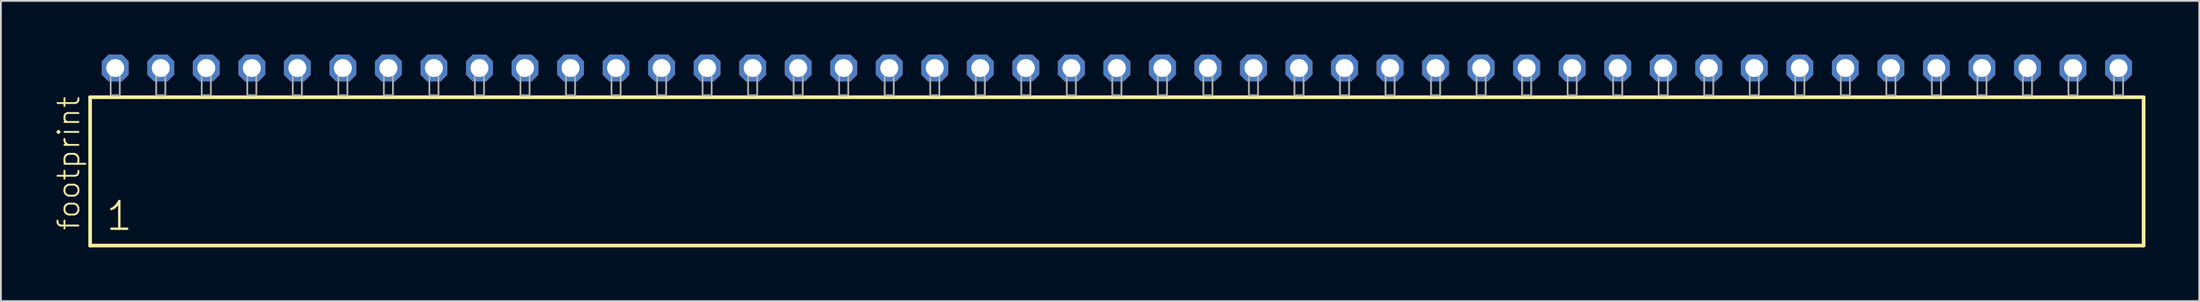
<source format=kicad_pcb>
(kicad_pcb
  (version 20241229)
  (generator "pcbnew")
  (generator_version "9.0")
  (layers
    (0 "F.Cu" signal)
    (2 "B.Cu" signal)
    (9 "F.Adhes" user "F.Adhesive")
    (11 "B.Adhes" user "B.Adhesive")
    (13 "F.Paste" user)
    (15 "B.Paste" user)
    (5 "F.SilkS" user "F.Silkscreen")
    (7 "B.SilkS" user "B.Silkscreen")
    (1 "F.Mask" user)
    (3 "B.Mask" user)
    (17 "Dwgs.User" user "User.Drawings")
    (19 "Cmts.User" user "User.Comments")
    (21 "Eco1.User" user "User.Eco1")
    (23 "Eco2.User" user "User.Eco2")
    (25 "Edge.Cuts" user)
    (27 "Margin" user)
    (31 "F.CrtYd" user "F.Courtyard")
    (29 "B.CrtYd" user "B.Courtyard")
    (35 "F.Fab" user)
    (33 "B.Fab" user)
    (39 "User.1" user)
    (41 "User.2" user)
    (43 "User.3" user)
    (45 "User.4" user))
  (footprint "footprint"
    (layer "F.Cu")
    (at 59.258 2.274)
    (property "Reference" "footprint" (at -57.785 7.62 90) (layer "F.SilkS") (effects (font (size 1.168 1.168) (thickness 0.102)) (justify left bottom)))
    (fp_line (start -57.279 0.106) (end -57.279 8.396) (stroke (width 0.203) (type solid)) (layer "F.SilkS"))
    (fp_line (start -57.279 8.396) (end 57.279 8.396) (stroke (width 0.203) (type solid)) (layer "F.SilkS"))
    (fp_line (start 57.279 0.106) (end -57.279 0.106) (stroke (width 0.203) (type solid)) (layer "F.SilkS"))
    (fp_line (start 57.279 8.396) (end 57.279 0.106) (stroke (width 0.203) (type solid)) (layer "F.SilkS"))
    (fp_poly (pts (xy -56.134 0) (xy -55.626 0) (xy -55.626 -1.778) (xy -56.134 -1.778)) (stroke (width 0.1) (type solid)) (fill no) (layer "F.Fab"))
    (fp_poly (pts (xy -53.594 0) (xy -53.086 0) (xy -53.086 -1.778) (xy -53.594 -1.778)) (stroke (width 0.1) (type solid)) (fill no) (layer "F.Fab"))
    (fp_poly (pts (xy -51.054 0) (xy -50.546 0) (xy -50.546 -1.778) (xy -51.054 -1.778)) (stroke (width 0.1) (type solid)) (fill no) (layer "F.Fab"))
    (fp_poly (pts (xy -48.514 0) (xy -48.006 0) (xy -48.006 -1.778) (xy -48.514 -1.778)) (stroke (width 0.1) (type solid)) (fill no) (layer "F.Fab"))
    (fp_poly (pts (xy -45.974 0) (xy -45.466 0) (xy -45.466 -1.778) (xy -45.974 -1.778)) (stroke (width 0.1) (type solid)) (fill no) (layer "F.Fab"))
    (fp_poly (pts (xy -43.434 0) (xy -42.926 0) (xy -42.926 -1.778) (xy -43.434 -1.778)) (stroke (width 0.1) (type solid)) (fill no) (layer "F.Fab"))
    (fp_poly (pts (xy -40.894 0) (xy -40.386 0) (xy -40.386 -1.778) (xy -40.894 -1.778)) (stroke (width 0.1) (type solid)) (fill no) (layer "F.Fab"))
    (fp_poly (pts (xy -38.354 0) (xy -37.846 0) (xy -37.846 -1.778) (xy -38.354 -1.778)) (stroke (width 0.1) (type solid)) (fill no) (layer "F.Fab"))
    (fp_poly (pts (xy -35.814 0) (xy -35.306 0) (xy -35.306 -1.778) (xy -35.814 -1.778)) (stroke (width 0.1) (type solid)) (fill no) (layer "F.Fab"))
    (fp_poly (pts (xy -33.274 0) (xy -32.766 0) (xy -32.766 -1.778) (xy -33.274 -1.778)) (stroke (width 0.1) (type solid)) (fill no) (layer "F.Fab"))
    (fp_poly (pts (xy -30.734 0) (xy -30.226 0) (xy -30.226 -1.778) (xy -30.734 -1.778)) (stroke (width 0.1) (type solid)) (fill no) (layer "F.Fab"))
    (fp_poly (pts (xy -28.194 0) (xy -27.686 0) (xy -27.686 -1.778) (xy -28.194 -1.778)) (stroke (width 0.1) (type solid)) (fill no) (layer "F.Fab"))
    (fp_poly (pts (xy -25.654 0) (xy -25.146 0) (xy -25.146 -1.778) (xy -25.654 -1.778)) (stroke (width 0.1) (type solid)) (fill no) (layer "F.Fab"))
    (fp_poly (pts (xy -23.114 0) (xy -22.606 0) (xy -22.606 -1.778) (xy -23.114 -1.778)) (stroke (width 0.1) (type solid)) (fill no) (layer "F.Fab"))
    (fp_poly (pts (xy -20.574 0) (xy -20.066 0) (xy -20.066 -1.778) (xy -20.574 -1.778)) (stroke (width 0.1) (type solid)) (fill no) (layer "F.Fab"))
    (fp_poly (pts (xy -18.034 0) (xy -17.526 0) (xy -17.526 -1.778) (xy -18.034 -1.778)) (stroke (width 0.1) (type solid)) (fill no) (layer "F.Fab"))
    (fp_poly (pts (xy -15.494 0) (xy -14.986 0) (xy -14.986 -1.778) (xy -15.494 -1.778)) (stroke (width 0.1) (type solid)) (fill no) (layer "F.Fab"))
    (fp_poly (pts (xy -12.954 0) (xy -12.446 0) (xy -12.446 -1.778) (xy -12.954 -1.778)) (stroke (width 0.1) (type solid)) (fill no) (layer "F.Fab"))
    (fp_poly (pts (xy -10.414 0) (xy -9.906 0) (xy -9.906 -1.778) (xy -10.414 -1.778)) (stroke (width 0.1) (type solid)) (fill no) (layer "F.Fab"))
    (fp_poly (pts (xy -7.874 0) (xy -7.366 0) (xy -7.366 -1.778) (xy -7.874 -1.778)) (stroke (width 0.1) (type solid)) (fill no) (layer "F.Fab"))
    (fp_poly (pts (xy -5.334 0) (xy -4.826 0) (xy -4.826 -1.778) (xy -5.334 -1.778)) (stroke (width 0.1) (type solid)) (fill no) (layer "F.Fab"))
    (fp_poly (pts (xy -2.794 0) (xy -2.286 0) (xy -2.286 -1.778) (xy -2.794 -1.778)) (stroke (width 0.1) (type solid)) (fill no) (layer "F.Fab"))
    (fp_poly (pts (xy -0.254 0) (xy 0.254 0) (xy 0.254 -1.778) (xy -0.254 -1.778)) (stroke (width 0.1) (type solid)) (fill no) (layer "F.Fab"))
    (fp_poly (pts (xy 2.286 0) (xy 2.794 0) (xy 2.794 -1.778) (xy 2.286 -1.778)) (stroke (width 0.1) (type solid)) (fill no) (layer "F.Fab"))
    (fp_poly (pts (xy 4.826 0) (xy 5.334 0) (xy 5.334 -1.778) (xy 4.826 -1.778)) (stroke (width 0.1) (type solid)) (fill no) (layer "F.Fab"))
    (fp_poly (pts (xy 7.366 0) (xy 7.874 0) (xy 7.874 -1.778) (xy 7.366 -1.778)) (stroke (width 0.1) (type solid)) (fill no) (layer "F.Fab"))
    (fp_poly (pts (xy 9.906 0) (xy 10.414 0) (xy 10.414 -1.778) (xy 9.906 -1.778)) (stroke (width 0.1) (type solid)) (fill no) (layer "F.Fab"))
    (fp_poly (pts (xy 12.446 0) (xy 12.954 0) (xy 12.954 -1.778) (xy 12.446 -1.778)) (stroke (width 0.1) (type solid)) (fill no) (layer "F.Fab"))
    (fp_poly (pts (xy 14.986 0) (xy 15.494 0) (xy 15.494 -1.778) (xy 14.986 -1.778)) (stroke (width 0.1) (type solid)) (fill no) (layer "F.Fab"))
    (fp_poly (pts (xy 17.526 0) (xy 18.034 0) (xy 18.034 -1.778) (xy 17.526 -1.778)) (stroke (width 0.1) (type solid)) (fill no) (layer "F.Fab"))
    (fp_poly (pts (xy 20.066 0) (xy 20.574 0) (xy 20.574 -1.778) (xy 20.066 -1.778)) (stroke (width 0.1) (type solid)) (fill no) (layer "F.Fab"))
    (fp_poly (pts (xy 22.606 0) (xy 23.114 0) (xy 23.114 -1.778) (xy 22.606 -1.778)) (stroke (width 0.1) (type solid)) (fill no) (layer "F.Fab"))
    (fp_poly (pts (xy 25.146 0) (xy 25.654 0) (xy 25.654 -1.778) (xy 25.146 -1.778)) (stroke (width 0.1) (type solid)) (fill no) (layer "F.Fab"))
    (fp_poly (pts (xy 27.686 0) (xy 28.194 0) (xy 28.194 -1.778) (xy 27.686 -1.778)) (stroke (width 0.1) (type solid)) (fill no) (layer "F.Fab"))
    (fp_poly (pts (xy 30.226 0) (xy 30.734 0) (xy 30.734 -1.778) (xy 30.226 -1.778)) (stroke (width 0.1) (type solid)) (fill no) (layer "F.Fab"))
    (fp_poly (pts (xy 32.766 0) (xy 33.274 0) (xy 33.274 -1.778) (xy 32.766 -1.778)) (stroke (width 0.1) (type solid)) (fill no) (layer "F.Fab"))
    (fp_poly (pts (xy 35.306 0) (xy 35.814 0) (xy 35.814 -1.778) (xy 35.306 -1.778)) (stroke (width 0.1) (type solid)) (fill no) (layer "F.Fab"))
    (fp_poly (pts (xy 37.846 0) (xy 38.354 0) (xy 38.354 -1.778) (xy 37.846 -1.778)) (stroke (width 0.1) (type solid)) (fill no) (layer "F.Fab"))
    (fp_poly (pts (xy 40.386 0) (xy 40.894 0) (xy 40.894 -1.778) (xy 40.386 -1.778)) (stroke (width 0.1) (type solid)) (fill no) (layer "F.Fab"))
    (fp_poly (pts (xy 42.926 0) (xy 43.434 0) (xy 43.434 -1.778) (xy 42.926 -1.778)) (stroke (width 0.1) (type solid)) (fill no) (layer "F.Fab"))
    (fp_poly (pts (xy 45.466 0) (xy 45.974 0) (xy 45.974 -1.778) (xy 45.466 -1.778)) (stroke (width 0.1) (type solid)) (fill no) (layer "F.Fab"))
    (fp_poly (pts (xy 48.006 0) (xy 48.514 0) (xy 48.514 -1.778) (xy 48.006 -1.778)) (stroke (width 0.1) (type solid)) (fill no) (layer "F.Fab"))
    (fp_poly (pts (xy 50.546 0) (xy 51.054 0) (xy 51.054 -1.778) (xy 50.546 -1.778)) (stroke (width 0.1) (type solid)) (fill no) (layer "F.Fab"))
    (fp_poly (pts (xy 53.086 0) (xy 53.594 0) (xy 53.594 -1.778) (xy 53.086 -1.778)) (stroke (width 0.1) (type solid)) (fill no) (layer "F.Fab"))
    (fp_poly (pts (xy 55.626 0) (xy 56.134 0) (xy 56.134 -1.778) (xy 55.626 -1.778)) (stroke (width 0.1) (type solid)) (fill no) (layer "F.Fab"))
    (fp_text user "1" (at -56.475 7.65 0) (layer "F.SilkS") (effects (font (size 1.542 1.542) (thickness 0.134)) (justify left bottom)))
    (pad "1" thru_hole roundrect (at -55.88 -1.524) (size 1.5 1.5) (drill 1) (layers "*.Cu" "*.Mask") (roundrect_rratio 0.25) (chamfer_ratio 0.25) (chamfer top_left top_right bottom_left bottom_right))
    (pad "2" thru_hole roundrect (at -53.34 -1.524) (size 1.5 1.5) (drill 1) (layers "*.Cu" "*.Mask") (roundrect_rratio 0.25) (chamfer_ratio 0.25) (chamfer top_left top_right bottom_left bottom_right))
    (pad "3" thru_hole roundrect (at -50.8 -1.524) (size 1.5 1.5) (drill 1) (layers "*.Cu" "*.Mask") (roundrect_rratio 0.25) (chamfer_ratio 0.25) (chamfer top_left top_right bottom_left bottom_right))
    (pad "4" thru_hole roundrect (at -48.26 -1.524) (size 1.5 1.5) (drill 1) (layers "*.Cu" "*.Mask") (roundrect_rratio 0.25) (chamfer_ratio 0.25) (chamfer top_left top_right bottom_left bottom_right))
    (pad "5" thru_hole roundrect (at -45.72 -1.524) (size 1.5 1.5) (drill 1) (layers "*.Cu" "*.Mask") (roundrect_rratio 0.25) (chamfer_ratio 0.25) (chamfer top_left top_right bottom_left bottom_right))
    (pad "6" thru_hole roundrect (at -43.18 -1.524) (size 1.5 1.5) (drill 1) (layers "*.Cu" "*.Mask") (roundrect_rratio 0.25) (chamfer_ratio 0.25) (chamfer top_left top_right bottom_left bottom_right))
    (pad "7" thru_hole roundrect (at -40.64 -1.524) (size 1.5 1.5) (drill 1) (layers "*.Cu" "*.Mask") (roundrect_rratio 0.25) (chamfer_ratio 0.25) (chamfer top_left top_right bottom_left bottom_right))
    (pad "8" thru_hole roundrect (at -38.1 -1.524) (size 1.5 1.5) (drill 1) (layers "*.Cu" "*.Mask") (roundrect_rratio 0.25) (chamfer_ratio 0.25) (chamfer top_left top_right bottom_left bottom_right))
    (pad "9" thru_hole roundrect (at -35.56 -1.524) (size 1.5 1.5) (drill 1) (layers "*.Cu" "*.Mask") (roundrect_rratio 0.25) (chamfer_ratio 0.25) (chamfer top_left top_right bottom_left bottom_right))
    (pad "10" thru_hole roundrect (at -33.02 -1.524) (size 1.5 1.5) (drill 1) (layers "*.Cu" "*.Mask") (roundrect_rratio 0.25) (chamfer_ratio 0.25) (chamfer top_left top_right bottom_left bottom_right))
    (pad "11" thru_hole roundrect (at -30.48 -1.524) (size 1.5 1.5) (drill 1) (layers "*.Cu" "*.Mask") (roundrect_rratio 0.25) (chamfer_ratio 0.25) (chamfer top_left top_right bottom_left bottom_right))
    (pad "12" thru_hole roundrect (at -27.94 -1.524) (size 1.5 1.5) (drill 1) (layers "*.Cu" "*.Mask") (roundrect_rratio 0.25) (chamfer_ratio 0.25) (chamfer top_left top_right bottom_left bottom_right))
    (pad "13" thru_hole roundrect (at -25.4 -1.524) (size 1.5 1.5) (drill 1) (layers "*.Cu" "*.Mask") (roundrect_rratio 0.25) (chamfer_ratio 0.25) (chamfer top_left top_right bottom_left bottom_right))
    (pad "14" thru_hole roundrect (at -22.86 -1.524) (size 1.5 1.5) (drill 1) (layers "*.Cu" "*.Mask") (roundrect_rratio 0.25) (chamfer_ratio 0.25) (chamfer top_left top_right bottom_left bottom_right))
    (pad "15" thru_hole roundrect (at -20.32 -1.524) (size 1.5 1.5) (drill 1) (layers "*.Cu" "*.Mask") (roundrect_rratio 0.25) (chamfer_ratio 0.25) (chamfer top_left top_right bottom_left bottom_right))
    (pad "16" thru_hole roundrect (at -17.78 -1.524) (size 1.5 1.5) (drill 1) (layers "*.Cu" "*.Mask") (roundrect_rratio 0.25) (chamfer_ratio 0.25) (chamfer top_left top_right bottom_left bottom_right))
    (pad "17" thru_hole roundrect (at -15.24 -1.524) (size 1.5 1.5) (drill 1) (layers "*.Cu" "*.Mask") (roundrect_rratio 0.25) (chamfer_ratio 0.25) (chamfer top_left top_right bottom_left bottom_right))
    (pad "18" thru_hole roundrect (at -12.7 -1.524) (size 1.5 1.5) (drill 1) (layers "*.Cu" "*.Mask") (roundrect_rratio 0.25) (chamfer_ratio 0.25) (chamfer top_left top_right bottom_left bottom_right))
    (pad "19" thru_hole roundrect (at -10.16 -1.524) (size 1.5 1.5) (drill 1) (layers "*.Cu" "*.Mask") (roundrect_rratio 0.25) (chamfer_ratio 0.25) (chamfer top_left top_right bottom_left bottom_right))
    (pad "20" thru_hole roundrect (at -7.62 -1.524) (size 1.5 1.5) (drill 1) (layers "*.Cu" "*.Mask") (roundrect_rratio 0.25) (chamfer_ratio 0.25) (chamfer top_left top_right bottom_left bottom_right))
    (pad "21" thru_hole roundrect (at -5.08 -1.524) (size 1.5 1.5) (drill 1) (layers "*.Cu" "*.Mask") (roundrect_rratio 0.25) (chamfer_ratio 0.25) (chamfer top_left top_right bottom_left bottom_right))
    (pad "22" thru_hole roundrect (at -2.54 -1.524) (size 1.5 1.5) (drill 1) (layers "*.Cu" "*.Mask") (roundrect_rratio 0.25) (chamfer_ratio 0.25) (chamfer top_left top_right bottom_left bottom_right))
    (pad "23" thru_hole roundrect (at 0 -1.524) (size 1.5 1.5) (drill 1) (layers "*.Cu" "*.Mask") (roundrect_rratio 0.25) (chamfer_ratio 0.25) (chamfer top_left top_right bottom_left bottom_right))
    (pad "24" thru_hole roundrect (at 2.54 -1.524) (size 1.5 1.5) (drill 1) (layers "*.Cu" "*.Mask") (roundrect_rratio 0.25) (chamfer_ratio 0.25) (chamfer top_left top_right bottom_left bottom_right))
    (pad "25" thru_hole roundrect (at 5.08 -1.524) (size 1.5 1.5) (drill 1) (layers "*.Cu" "*.Mask") (roundrect_rratio 0.25) (chamfer_ratio 0.25) (chamfer top_left top_right bottom_left bottom_right))
    (pad "26" thru_hole roundrect (at 7.62 -1.524) (size 1.5 1.5) (drill 1) (layers "*.Cu" "*.Mask") (roundrect_rratio 0.25) (chamfer_ratio 0.25) (chamfer top_left top_right bottom_left bottom_right))
    (pad "27" thru_hole roundrect (at 10.16 -1.524) (size 1.5 1.5) (drill 1) (layers "*.Cu" "*.Mask") (roundrect_rratio 0.25) (chamfer_ratio 0.25) (chamfer top_left top_right bottom_left bottom_right))
    (pad "28" thru_hole roundrect (at 12.7 -1.524) (size 1.5 1.5) (drill 1) (layers "*.Cu" "*.Mask") (roundrect_rratio 0.25) (chamfer_ratio 0.25) (chamfer top_left top_right bottom_left bottom_right))
    (pad "29" thru_hole roundrect (at 15.24 -1.524) (size 1.5 1.5) (drill 1) (layers "*.Cu" "*.Mask") (roundrect_rratio 0.25) (chamfer_ratio 0.25) (chamfer top_left top_right bottom_left bottom_right))
    (pad "30" thru_hole roundrect (at 17.78 -1.524) (size 1.5 1.5) (drill 1) (layers "*.Cu" "*.Mask") (roundrect_rratio 0.25) (chamfer_ratio 0.25) (chamfer top_left top_right bottom_left bottom_right))
    (pad "31" thru_hole roundrect (at 20.32 -1.524) (size 1.5 1.5) (drill 1) (layers "*.Cu" "*.Mask") (roundrect_rratio 0.25) (chamfer_ratio 0.25) (chamfer top_left top_right bottom_left bottom_right))
    (pad "32" thru_hole roundrect (at 22.86 -1.524) (size 1.5 1.5) (drill 1) (layers "*.Cu" "*.Mask") (roundrect_rratio 0.25) (chamfer_ratio 0.25) (chamfer top_left top_right bottom_left bottom_right))
    (pad "33" thru_hole roundrect (at 25.4 -1.524) (size 1.5 1.5) (drill 1) (layers "*.Cu" "*.Mask") (roundrect_rratio 0.25) (chamfer_ratio 0.25) (chamfer top_left top_right bottom_left bottom_right))
    (pad "34" thru_hole roundrect (at 27.94 -1.524) (size 1.5 1.5) (drill 1) (layers "*.Cu" "*.Mask") (roundrect_rratio 0.25) (chamfer_ratio 0.25) (chamfer top_left top_right bottom_left bottom_right))
    (pad "35" thru_hole roundrect (at 30.48 -1.524) (size 1.5 1.5) (drill 1) (layers "*.Cu" "*.Mask") (roundrect_rratio 0.25) (chamfer_ratio 0.25) (chamfer top_left top_right bottom_left bottom_right))
    (pad "36" thru_hole roundrect (at 33.02 -1.524) (size 1.5 1.5) (drill 1) (layers "*.Cu" "*.Mask") (roundrect_rratio 0.25) (chamfer_ratio 0.25) (chamfer top_left top_right bottom_left bottom_right))
    (pad "37" thru_hole roundrect (at 35.56 -1.524) (size 1.5 1.5) (drill 1) (layers "*.Cu" "*.Mask") (roundrect_rratio 0.25) (chamfer_ratio 0.25) (chamfer top_left top_right bottom_left bottom_right))
    (pad "38" thru_hole roundrect (at 38.1 -1.524) (size 1.5 1.5) (drill 1) (layers "*.Cu" "*.Mask") (roundrect_rratio 0.25) (chamfer_ratio 0.25) (chamfer top_left top_right bottom_left bottom_right))
    (pad "39" thru_hole roundrect (at 40.64 -1.524) (size 1.5 1.5) (drill 1) (layers "*.Cu" "*.Mask") (roundrect_rratio 0.25) (chamfer_ratio 0.25) (chamfer top_left top_right bottom_left bottom_right))
    (pad "40" thru_hole roundrect (at 43.18 -1.524) (size 1.5 1.5) (drill 1) (layers "*.Cu" "*.Mask") (roundrect_rratio 0.25) (chamfer_ratio 0.25) (chamfer top_left top_right bottom_left bottom_right))
    (pad "41" thru_hole roundrect (at 45.72 -1.524) (size 1.5 1.5) (drill 1) (layers "*.Cu" "*.Mask") (roundrect_rratio 0.25) (chamfer_ratio 0.25) (chamfer top_left top_right bottom_left bottom_right))
    (pad "42" thru_hole roundrect (at 48.26 -1.524) (size 1.5 1.5) (drill 1) (layers "*.Cu" "*.Mask") (roundrect_rratio 0.25) (chamfer_ratio 0.25) (chamfer top_left top_right bottom_left bottom_right))
    (pad "43" thru_hole roundrect (at 50.8 -1.524) (size 1.5 1.5) (drill 1) (layers "*.Cu" "*.Mask") (roundrect_rratio 0.25) (chamfer_ratio 0.25) (chamfer top_left top_right bottom_left bottom_right))
    (pad "44" thru_hole roundrect (at 53.34 -1.524) (size 1.5 1.5) (drill 1) (layers "*.Cu" "*.Mask") (roundrect_rratio 0.25) (chamfer_ratio 0.25) (chamfer top_left top_right bottom_left bottom_right))
    (pad "45" thru_hole roundrect (at 55.88 -1.524) (size 1.5 1.5) (drill 1) (layers "*.Cu" "*.Mask") (roundrect_rratio 0.25) (chamfer_ratio 0.25) (chamfer top_left top_right bottom_left bottom_right)))
  (gr_rect
    (start -3 -3)
    (end 119.639 13.772)
    (stroke (width 0.1) (type default))
    (fill no)
    (layer "Edge.Cuts")))
</source>
